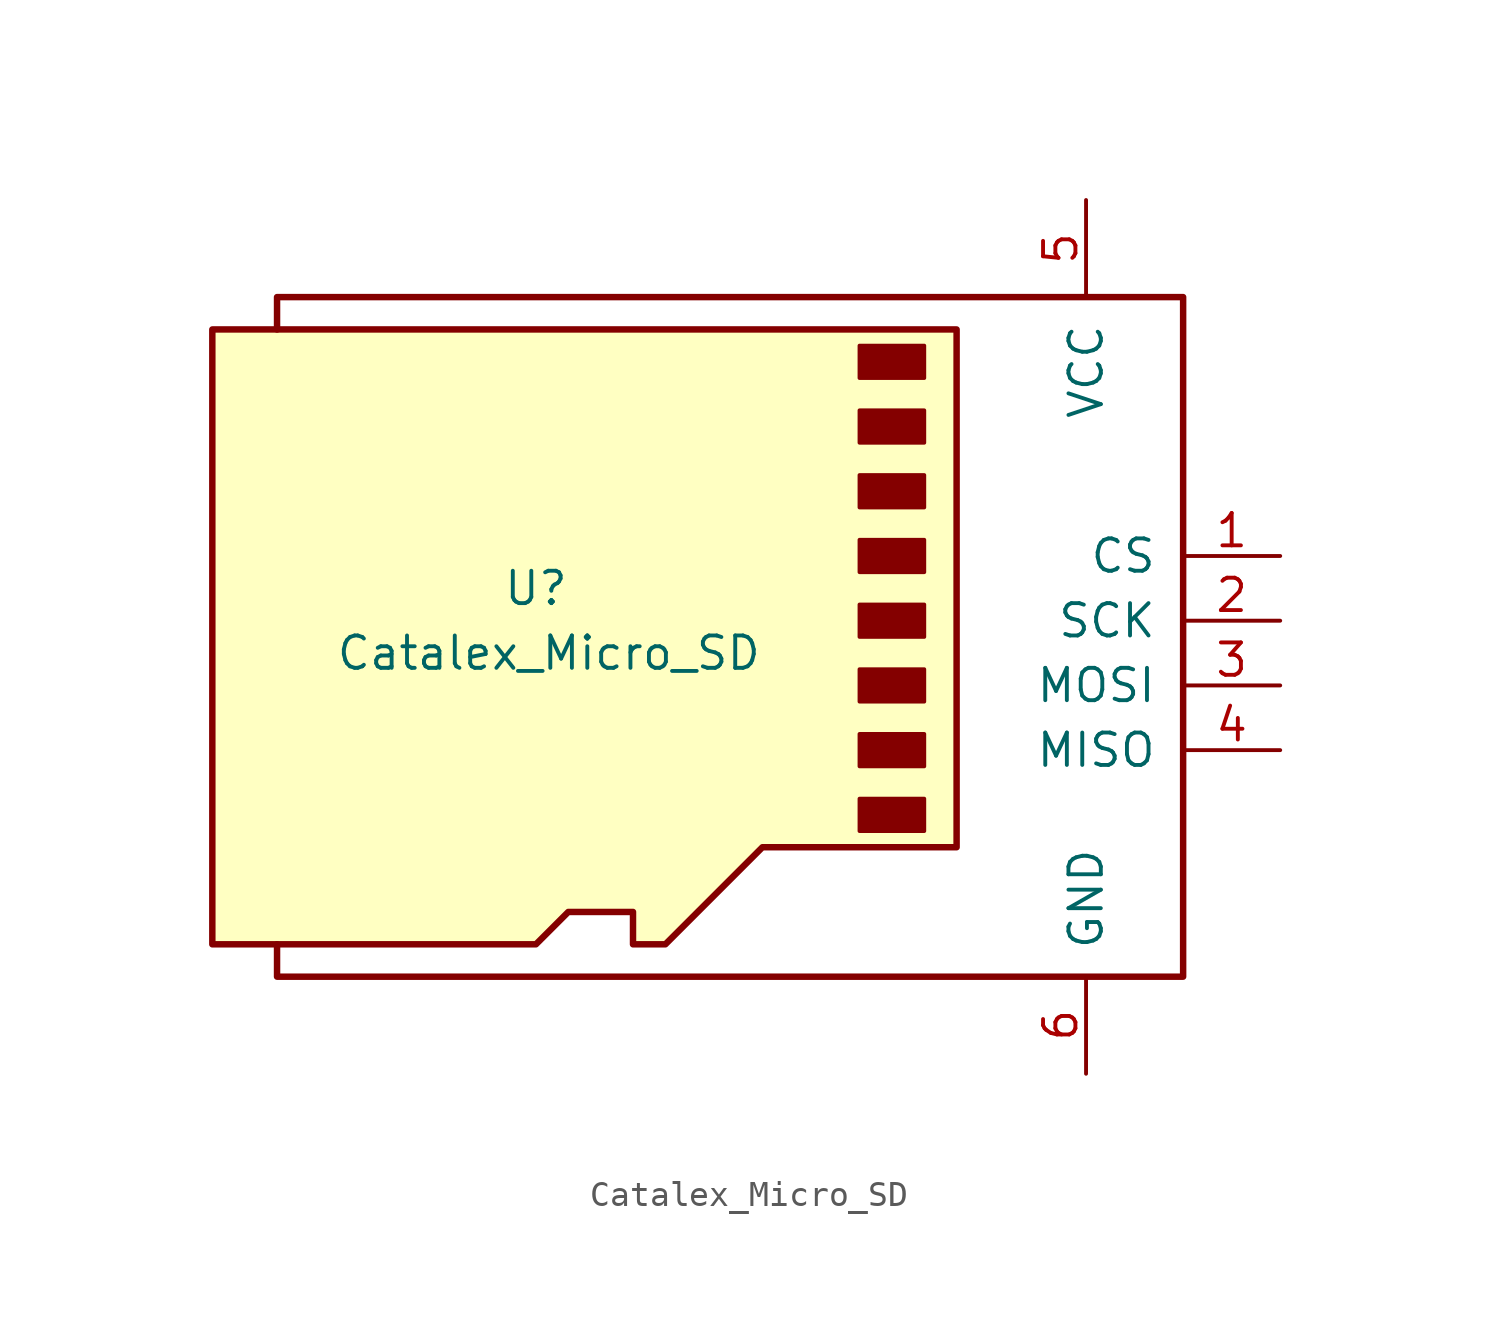
<source format=kicad_sym>
(kicad_symbol_lib
  (version 20220914)
  (generator kicad_symbol_editor)
  (symbol "Catalex_Micro_SD"
    (pin_names
      (offset 1.016))
    (property "Reference" "U"
      (at -8.89 2.54 0)
      (effects (font (size 1.27 1.27))))
    (property "Value" "Catalex_Micro_SD"
      (at 0 0 0)
      (effects (font (size 1.27 1.27)) (justify right)))
    (symbol "Catalex_Micro_SD_0_1"
      (polyline (pts (xy -19.05 -11.43) (xy -19.05 -12.7) (xy 16.51 -12.7) (xy 16.51 13.97) (xy -19.05 13.97) (xy -19.05 12.7)) (stroke (width 0.254) (type solid)) (fill (type none)))
      (polyline (pts (xy 7.62 12.7) (xy 7.62 -7.62) (xy 0 -7.62) (xy -3.81 -11.43) (xy -5.08 -11.43) (xy -5.08 -10.16) (xy -7.62 -10.16) (xy -8.89 -11.43) (xy -21.59 -11.43) (xy -21.59 12.7) (xy 7.62 12.7)) (stroke (width 0.254) (type solid)) (fill (type background)))
      (rectangle (start 6.35 -6.985) (end 3.81 -5.715) (stroke (width 0) (type solid)) (fill (type outline)))
      (rectangle (start 6.35 -4.445) (end 3.81 -3.175) (stroke (width 0) (type solid)) (fill (type outline)))
      (rectangle (start 6.35 -1.905) (end 3.81 -0.635) (stroke (width 0) (type solid)) (fill (type outline)))
      (rectangle (start 6.35 0.635) (end 3.81 1.905) (stroke (width 0) (type solid)) (fill (type outline)))
      (rectangle (start 6.35 3.175) (end 3.81 4.445) (stroke (width 0) (type solid)) (fill (type outline)))
      (rectangle (start 6.35 5.715) (end 3.81 6.985) (stroke (width 0) (type solid)) (fill (type outline)))
      (rectangle (start 6.35 8.255) (end 3.81 9.525) (stroke (width 0) (type solid)) (fill (type outline)))
      (rectangle (start 6.35 10.795) (end 3.81 12.065) (stroke (width 0) (type solid)) (fill (type outline))))
    (symbol "Catalex_Micro_SD_1_1"
      (pin input line (at 20.32 3.81 180) (length 3.81) (name "CS" (effects (font (size 1.27 1.27)))) (number "1" (effects (font (size 1.27 1.27)))))
      (pin input line (at 20.32 1.27 180) (length 3.81) (name "SCK" (effects (font (size 1.27 1.27)))) (number "2" (effects (font (size 1.27 1.27)))))
      (pin bidirectional line (at 20.32 -1.27 180) (length 3.81) (name "MOSI" (effects (font (size 1.27 1.27)))) (number "3" (effects (font (size 1.27 1.27)))))
      (pin bidirectional line (at 20.32 -3.81 180) (length 3.81) (name "MISO" (effects (font (size 1.27 1.27)))) (number "4" (effects (font (size 1.27 1.27)))))
      (pin power_in line (at 12.7 17.78 270) (length 3.81) (name "VCC" (effects (font (size 1.27 1.27)))) (number "5" (effects (font (size 1.27 1.27)))))
      (pin power_in line (at 12.7 -16.51 90) (length 3.81) (name "GND" (effects (font (size 1.27 1.27)))) (number "6" (effects (font (size 1.27 1.27))))))))
</source>
